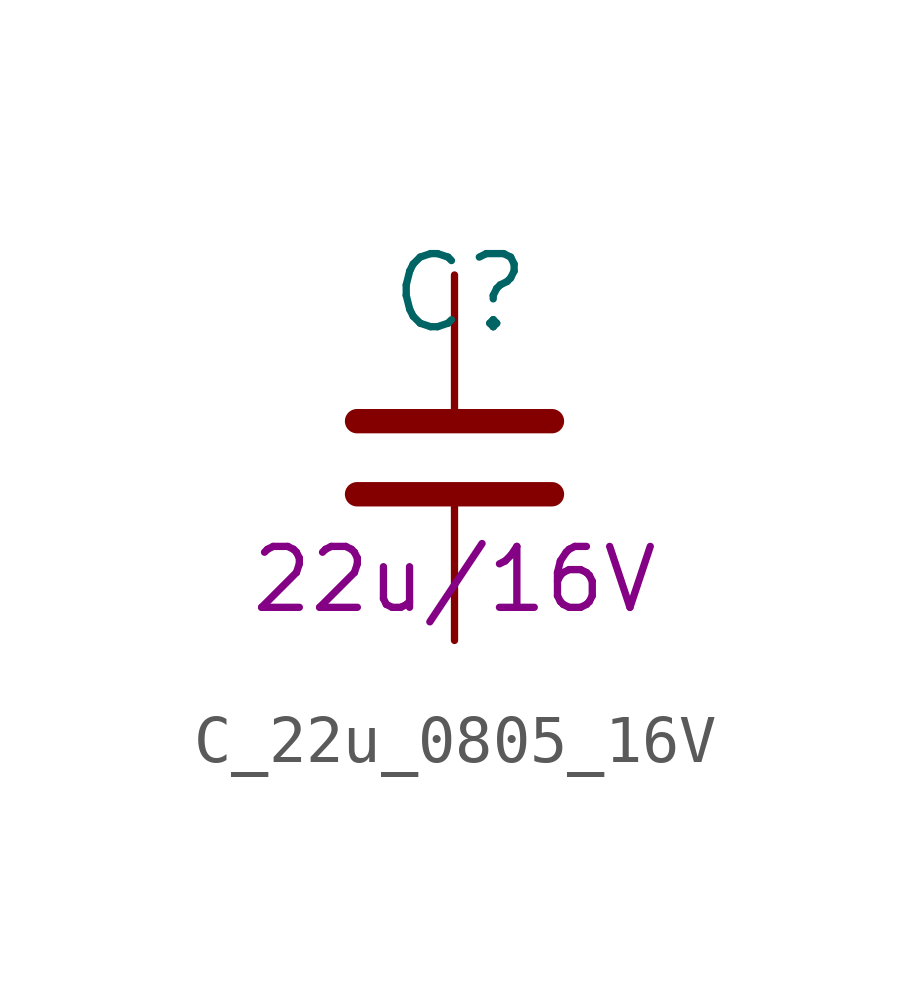
<source format=kicad_sym>
(kicad_symbol_lib
  (version 20211014)
  (generator kicad_symbol_editor)
  (symbol "C_22u_0805_16V"
    (pin_names
      (offset 0))
    (property "Reference" "C"
      (at -1.397 3.429 0)
      (effects (font (size 1.524 1.524)) (justify left)))
    (property "Val" "22u/16V"
      (at 0 -2.54 0)
      (effects (font (size 1.27 1.27))))
    (symbol "C_22u_0805_16V_1_1"
      (polyline (pts (xy -2.032 -0.762) (xy 2.032 -0.762)) (stroke (width 0.508) (type default) (color 0 0 0 0)) (fill (type none)))
      (polyline (pts (xy -2.032 0.762) (xy 2.032 0.762)) (stroke (width 0.508) (type default) (color 0 0 0 0)) (fill (type none)))
      (pin passive line (at 0 3.81 270) (length 2.794) (name "~" (effects (font (size 0 0)))) (number "1" (effects (font (size 0 0)))))
      (pin passive line (at 0 -3.81 90) (length 2.794) (name "~" (effects (font (size 0 0)))) (number "2" (effects (font (size 0 0))))))))
</source>
